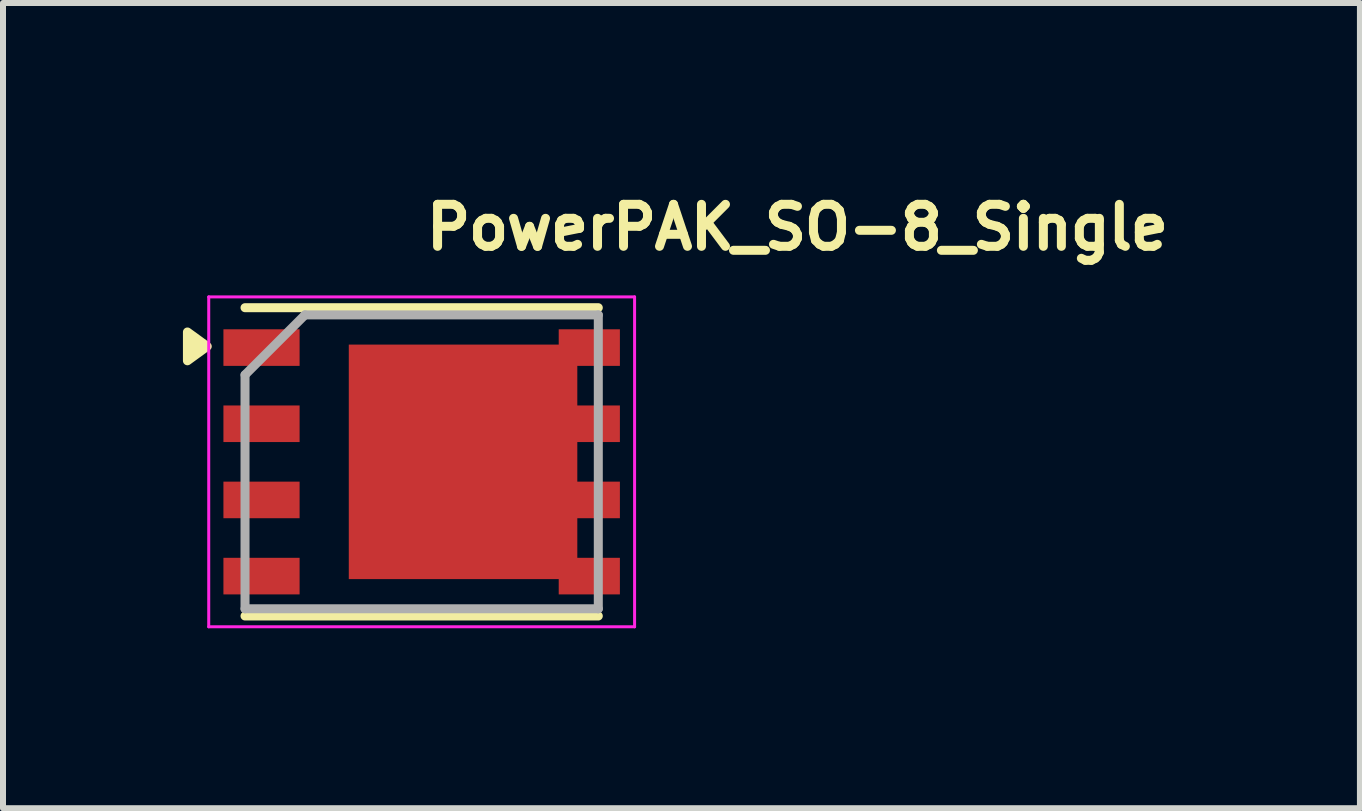
<source format=kicad_pcb>
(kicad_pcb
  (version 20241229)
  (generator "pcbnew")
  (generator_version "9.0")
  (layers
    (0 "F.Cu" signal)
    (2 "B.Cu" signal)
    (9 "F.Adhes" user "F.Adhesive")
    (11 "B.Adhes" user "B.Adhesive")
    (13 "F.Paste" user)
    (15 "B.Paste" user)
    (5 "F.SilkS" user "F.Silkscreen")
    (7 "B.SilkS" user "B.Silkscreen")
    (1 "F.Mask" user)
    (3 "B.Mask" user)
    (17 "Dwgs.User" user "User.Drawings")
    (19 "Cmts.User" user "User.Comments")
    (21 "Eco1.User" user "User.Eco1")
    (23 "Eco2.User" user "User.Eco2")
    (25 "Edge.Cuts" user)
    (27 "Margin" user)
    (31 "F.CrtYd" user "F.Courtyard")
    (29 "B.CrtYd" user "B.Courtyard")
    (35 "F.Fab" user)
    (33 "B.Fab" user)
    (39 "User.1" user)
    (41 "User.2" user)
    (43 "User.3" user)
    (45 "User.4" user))
  (footprint "PowerPAK_SO-8_Single"
    (layer "F.Cu")
    (at 3.98 4.65)
    (property "Reference" "PowerPAK_SO-8_Single" (at 0 -3.5 0) (layer "F.SilkS") (effects (font (size 0.7 0.7) (thickness 0.15)) (justify left bottom)))
    (attr smd)
    (fp_line (start -2.945 -2.57) (end 2.945 -2.57) (stroke (width 0.15) (type solid)) (layer "F.SilkS"))
    (fp_line (start -2.945 2.57) (end 2.945 2.57) (stroke (width 0.15) (type solid)) (layer "F.SilkS"))
    (fp_circle (center -3.85 -1.905) (end -3.8 -1.905) (stroke (width 0.15) (type solid)) (fill yes) (layer "F.SilkS"))
    (fp_poly (pts (xy -3.575 -1.925) (xy -3.905 -2.165) (xy -3.905 -1.685) (xy -3.575 -1.925)) (stroke (width 0.15) (type solid)) (fill yes) (layer "F.SilkS"))
    (fp_line (start -3.55 -2.75) (end -3.55 2.75) (stroke (width 0.05) (type solid)) (layer "F.CrtYd"))
    (fp_line (start -3.55 -2.75) (end 3.55 -2.75) (stroke (width 0.05) (type solid)) (layer "F.CrtYd"))
    (fp_line (start -3.55 2.75) (end 3.55 2.75) (stroke (width 0.05) (type solid)) (layer "F.CrtYd"))
    (fp_line (start 3.55 -2.75) (end 3.55 2.75) (stroke (width 0.05) (type solid)) (layer "F.CrtYd"))
    (fp_line (start -2.945 2.45) (end -2.945 -1.45) (stroke (width 0.15) (type solid)) (layer "F.Fab"))
    (fp_line (start -1.945 -2.45) (end -2.945 -1.45) (stroke (width 0.15) (type solid)) (layer "F.Fab"))
    (fp_line (start -1.945 -2.45) (end 2.945 -2.45) (stroke (width 0.15) (type solid)) (layer "F.Fab"))
    (fp_line (start 2.945 -2.45) (end 2.945 2.45) (stroke (width 0.15) (type solid)) (layer "F.Fab"))
    (fp_line (start 2.945 2.45) (end -2.945 2.45) (stroke (width 0.15) (type solid)) (layer "F.Fab"))
    (fp_rect (start -3.075 -2.575) (end 3.075 2.575) (stroke (width 0.1) (type solid)) (fill no) (layer "User.5"))
    (fp_line (start -3.075 -2.085) (end -2.945 -2.085) (stroke (width 0.02) (type solid)) (layer "User.9"))
    (fp_line (start -3.075 -1.675) (end -3.075 -2.085) (stroke (width 0.02) (type solid)) (layer "User.9"))
    (fp_line (start -3.075 -0.832) (end -2.945 -0.832) (stroke (width 0.02) (type solid)) (layer "User.9"))
    (fp_line (start -3.075 -0.422) (end -3.075 -0.832) (stroke (width 0.02) (type solid)) (layer "User.9"))
    (fp_line (start -3.075 0.422) (end -2.945 0.422) (stroke (width 0.02) (type solid)) (layer "User.9"))
    (fp_line (start -3.075 0.832) (end -3.075 0.422) (stroke (width 0.02) (type solid)) (layer "User.9"))
    (fp_line (start -3.075 1.675) (end -2.945 1.675) (stroke (width 0.02) (type solid)) (layer "User.9"))
    (fp_line (start -3.075 2.085) (end -3.075 1.675) (stroke (width 0.02) (type solid)) (layer "User.9"))
    (fp_line (start -2.945 -2.45) (end -2.945 2.45) (stroke (width 0.02) (type solid)) (layer "User.9"))
    (fp_line (start -2.945 -2.45) (end 2.945 -2.45) (stroke (width 0.02) (type solid)) (layer "User.9"))
    (fp_line (start -2.945 -1.675) (end -3.075 -1.675) (stroke (width 0.02) (type solid)) (layer "User.9"))
    (fp_line (start -2.945 -0.422) (end -3.075 -0.422) (stroke (width 0.02) (type solid)) (layer "User.9"))
    (fp_line (start -2.945 0.832) (end -3.075 0.832) (stroke (width 0.02) (type solid)) (layer "User.9"))
    (fp_line (start -2.945 2.085) (end -3.075 2.085) (stroke (width 0.02) (type solid)) (layer "User.9"))
    (fp_line (start -2.945 2.45) (end -2.783 2.288) (stroke (width 0.02) (type solid)) (layer "User.9"))
    (fp_line (start -2.945 2.45) (end 2.945 2.45) (stroke (width 0.02) (type solid)) (layer "User.9"))
    (fp_line (start -2.783 -2.288) (end -2.945 -2.45) (stroke (width 0.02) (type solid)) (layer "User.9"))
    (fp_line (start -2.783 -2.288) (end -2.783 2.288) (stroke (width 0.02) (type solid)) (layer "User.9"))
    (fp_line (start -2.783 -2.288) (end 2.783 -2.288) (stroke (width 0.02) (type solid)) (layer "User.9"))
    (fp_line (start -2.783 2.288) (end 2.783 2.288) (stroke (width 0.02) (type solid)) (layer "User.9"))
    (fp_line (start -1.12 -2.45) (end -0.995 -2.575) (stroke (width 0.02) (type solid)) (layer "User.9"))
    (fp_line (start -0.995 -2.575) (end -0.645 -2.575) (stroke (width 0.02) (type solid)) (layer "User.9"))
    (fp_line (start -0.995 2.575) (end -1.12 2.45) (stroke (width 0.02) (type solid)) (layer "User.9"))
    (fp_line (start -0.645 -2.575) (end -0.52 -2.45) (stroke (width 0.02) (type solid)) (layer "User.9"))
    (fp_line (start -0.645 2.575) (end -0.995 2.575) (stroke (width 0.02) (type solid)) (layer "User.9"))
    (fp_line (start -0.645 2.575) (end -0.52 2.45) (stroke (width 0.02) (type solid)) (layer "User.9"))
    (fp_line (start 2.783 -2.288) (end 2.783 2.288) (stroke (width 0.02) (type solid)) (layer "User.9"))
    (fp_line (start 2.783 2.288) (end 2.945 2.45) (stroke (width 0.02) (type solid)) (layer "User.9"))
    (fp_line (start 2.945 -2.45) (end 2.783 -2.288) (stroke (width 0.02) (type solid)) (layer "User.9"))
    (fp_line (start 2.945 -2.45) (end 2.945 2.45) (stroke (width 0.02) (type solid)) (layer "User.9"))
    (fp_line (start 2.945 -2.085) (end 3.075 -2.085) (stroke (width 0.02) (type solid)) (layer "User.9"))
    (fp_line (start 2.945 -0.832) (end 3.075 -0.832) (stroke (width 0.02) (type solid)) (layer "User.9"))
    (fp_line (start 2.945 0.422) (end 3.075 0.422) (stroke (width 0.02) (type solid)) (layer "User.9"))
    (fp_line (start 2.945 1.675) (end 3.075 1.675) (stroke (width 0.02) (type solid)) (layer "User.9"))
    (fp_line (start 3.075 -2.085) (end 3.075 -1.675) (stroke (width 0.02) (type solid)) (layer "User.9"))
    (fp_line (start 3.075 -1.675) (end 2.945 -1.675) (stroke (width 0.02) (type solid)) (layer "User.9"))
    (fp_line (start 3.075 -0.832) (end 3.075 -0.422) (stroke (width 0.02) (type solid)) (layer "User.9"))
    (fp_line (start 3.075 -0.422) (end 2.945 -0.422) (stroke (width 0.02) (type solid)) (layer "User.9"))
    (fp_line (start 3.075 0.422) (end 3.075 0.832) (stroke (width 0.02) (type solid)) (layer "User.9"))
    (fp_line (start 3.075 0.832) (end 2.945 0.832) (stroke (width 0.02) (type solid)) (layer "User.9"))
    (fp_line (start 3.075 1.675) (end 3.075 2.085) (stroke (width 0.02) (type solid)) (layer "User.9"))
    (fp_line (start 3.075 2.085) (end 2.945 2.085) (stroke (width 0.02) (type solid)) (layer "User.9"))
    (pad "1" smd rect (at -2.67 -1.905) (size 1.27 0.61) (layers "F.Cu" "F.Mask" "F.Paste"))
    (pad "2" smd rect (at -2.67 -0.635) (size 1.27 0.61) (layers "F.Cu" "F.Mask" "F.Paste"))
    (pad "3" smd rect (at -2.67 0.635) (size 1.27 0.61) (layers "F.Cu" "F.Mask" "F.Paste"))
    (pad "4" smd rect (at -2.67 1.905) (size 1.27 0.61) (layers "F.Cu" "F.Mask" "F.Paste"))
    (pad "5" smd rect (at 0.69 0) (size 3.81 3.91) (layers "F.Cu" "F.Mask" "F.Paste"))
    (pad "5" smd rect (at 2.795 -1.905) (size 1.02 0.61) (layers "F.Cu" "F.Mask" "F.Paste"))
    (pad "5" smd rect (at 2.795 -0.635) (size 1.02 0.61) (layers "F.Cu" "F.Mask" "F.Paste"))
    (pad "5" smd rect (at 2.795 0.635) (size 1.02 0.61) (layers "F.Cu" "F.Mask" "F.Paste"))
    (pad "5" smd rect (at 2.795 1.905) (size 1.02 0.61) (layers "F.Cu" "F.Mask" "F.Paste")))
  (gr_rect
    (start -3 -3)
    (end 19.623 10.425)
    (stroke (width 0.1) (type default))
    (fill no)
    (layer "Edge.Cuts")))
</source>
